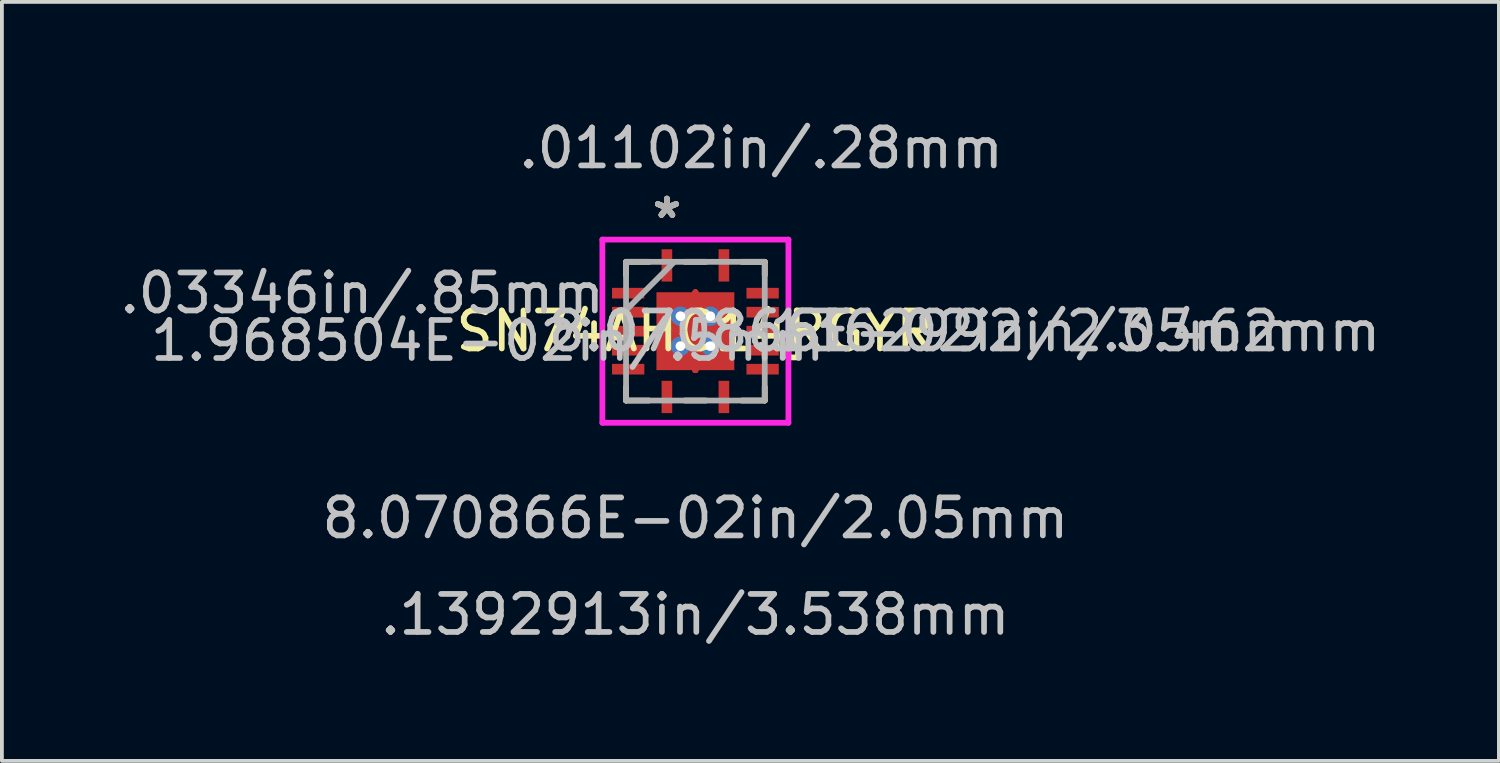
<source format=kicad_pcb>
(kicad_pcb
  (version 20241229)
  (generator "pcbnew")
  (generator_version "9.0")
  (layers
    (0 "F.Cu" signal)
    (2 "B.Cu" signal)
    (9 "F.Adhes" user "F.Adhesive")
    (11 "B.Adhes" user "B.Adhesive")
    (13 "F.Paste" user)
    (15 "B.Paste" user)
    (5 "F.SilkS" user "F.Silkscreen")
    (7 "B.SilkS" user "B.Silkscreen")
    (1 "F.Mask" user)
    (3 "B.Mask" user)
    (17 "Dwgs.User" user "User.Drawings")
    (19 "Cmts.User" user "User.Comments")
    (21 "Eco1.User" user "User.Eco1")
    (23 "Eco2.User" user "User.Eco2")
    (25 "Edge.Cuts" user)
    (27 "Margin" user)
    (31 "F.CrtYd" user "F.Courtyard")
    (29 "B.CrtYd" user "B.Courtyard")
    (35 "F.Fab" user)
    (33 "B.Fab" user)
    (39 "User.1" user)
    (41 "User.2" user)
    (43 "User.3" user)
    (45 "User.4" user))
  (footprint "SN74AHC14RGYR"
    (layer "F.Cu")
    (at 15.249 5.665)
    (property "Reference" "SN74AHC14RGYR" (at 0 0 0) (layer "F.SilkS") (effects (font (size 1 1) (thickness 0.15))))
    (attr through_hole)
    (fp_line (start 0 -1.025) (end 0 -1.025) (stroke (width 0.152) (type solid)) (layer "F.Cu"))
    (fp_line (start 0 -1.025) (end 0 -1.025) (stroke (width 0.152) (type solid)) (layer "F.Cu"))
    (fp_line (start 0 -1.025) (end 0 -1.025) (stroke (width 0.152) (type solid)) (layer "F.Cu"))
    (fp_line (start 0 -1.025) (end 0 -1.025) (stroke (width 0.152) (type solid)) (layer "F.Cu"))
    (fp_line (start 0 -1.025) (end 0 -1.025) (stroke (width 0.152) (type solid)) (layer "F.Cu"))
    (fp_line (start 0 -1.025) (end 0 -1.025) (stroke (width 0.152) (type solid)) (layer "F.Cu"))
    (fp_line (start 0 -1.025) (end 0 -1.025) (stroke (width 0.152) (type solid)) (layer "F.Cu"))
    (fp_line (start 0 -1.025) (end 0 -1.025) (stroke (width 0.152) (type solid)) (layer "F.Cu"))
    (fp_line (start 0 1.025) (end 0 1.025) (stroke (width 0.152) (type solid)) (layer "F.Cu"))
    (fp_line (start 0 1.025) (end 0 1.025) (stroke (width 0.152) (type solid)) (layer "F.Cu"))
    (fp_line (start 0 1.025) (end 0 1.025) (stroke (width 0.152) (type solid)) (layer "F.Cu"))
    (fp_line (start 0 1.025) (end 0 1.025) (stroke (width 0.152) (type solid)) (layer "F.Cu"))
    (fp_line (start 0 1.025) (end 0 1.025) (stroke (width 0.152) (type solid)) (layer "F.Cu"))
    (fp_line (start 0 1.025) (end 0 1.025) (stroke (width 0.152) (type solid)) (layer "F.Cu"))
    (fp_line (start 0 1.025) (end 0 1.025) (stroke (width 0.152) (type solid)) (layer "F.Cu"))
    (fp_line (start 0 1.025) (end 0 1.025) (stroke (width 0.152) (type solid)) (layer "F.Cu"))
    (fp_line (start -2.264 -1.21) (end -2.264 -0.79) (stroke (width 0.152) (type solid)) (layer "F.Mask"))
    (fp_line (start -2.264 -0.79) (end -1.274 -0.79) (stroke (width 0.152) (type solid)) (layer "F.Mask"))
    (fp_line (start -2.264 -0.71) (end -2.264 -0.29) (stroke (width 0.152) (type solid)) (layer "F.Mask"))
    (fp_line (start -2.264 -0.29) (end -1.274 -0.29) (stroke (width 0.152) (type solid)) (layer "F.Mask"))
    (fp_line (start -2.264 -0.21) (end -2.264 0.21) (stroke (width 0.152) (type solid)) (layer "F.Mask"))
    (fp_line (start -2.264 0.21) (end -1.274 0.21) (stroke (width 0.152) (type solid)) (layer "F.Mask"))
    (fp_line (start -2.264 0.29) (end -2.264 0.71) (stroke (width 0.152) (type solid)) (layer "F.Mask"))
    (fp_line (start -2.264 0.71) (end -1.274 0.71) (stroke (width 0.152) (type solid)) (layer "F.Mask"))
    (fp_line (start -2.264 0.79) (end -2.264 1.21) (stroke (width 0.152) (type solid)) (layer "F.Mask"))
    (fp_line (start -2.264 1.21) (end -1.274 1.21) (stroke (width 0.152) (type solid)) (layer "F.Mask"))
    (fp_line (start -1.274 -1.21) (end -2.264 -1.21) (stroke (width 0.152) (type solid)) (layer "F.Mask"))
    (fp_line (start -1.274 -0.79) (end -1.274 -1.21) (stroke (width 0.152) (type solid)) (layer "F.Mask"))
    (fp_line (start -1.274 -0.71) (end -2.264 -0.71) (stroke (width 0.152) (type solid)) (layer "F.Mask"))
    (fp_line (start -1.274 -0.29) (end -1.274 -0.71) (stroke (width 0.152) (type solid)) (layer "F.Mask"))
    (fp_line (start -1.274 -0.21) (end -2.264 -0.21) (stroke (width 0.152) (type solid)) (layer "F.Mask"))
    (fp_line (start -1.274 0.21) (end -1.274 -0.21) (stroke (width 0.152) (type solid)) (layer "F.Mask"))
    (fp_line (start -1.274 0.29) (end -2.264 0.29) (stroke (width 0.152) (type solid)) (layer "F.Mask"))
    (fp_line (start -1.274 0.71) (end -1.274 0.29) (stroke (width 0.152) (type solid)) (layer "F.Mask"))
    (fp_line (start -1.274 0.79) (end -2.264 0.79) (stroke (width 0.152) (type solid)) (layer "F.Mask"))
    (fp_line (start -1.274 1.21) (end -1.274 0.79) (stroke (width 0.152) (type solid)) (layer "F.Mask"))
    (fp_line (start -1.089 -1.089) (end -0.594 -1.089) (stroke (width 0.152) (type solid)) (layer "F.Mask"))
    (fp_line (start -1.089 -1.089) (end 1.089 -1.089) (stroke (width 0.152) (type solid)) (layer "F.Mask"))
    (fp_line (start -1.089 -0.594) (end -1.089 -1.089) (stroke (width 0.152) (type solid)) (layer "F.Mask"))
    (fp_line (start -1.089 -0.194) (end 1.089 -0.194) (stroke (width 0.152) (type solid)) (layer "F.Mask"))
    (fp_line (start -1.089 0.194) (end -1.089 -0.194) (stroke (width 0.152) (type solid)) (layer "F.Mask"))
    (fp_line (start -1.089 0.594) (end 1.089 0.594) (stroke (width 0.152) (type solid)) (layer "F.Mask"))
    (fp_line (start -1.089 1.089) (end -1.089 -1.089) (stroke (width 0.152) (type solid)) (layer "F.Mask"))
    (fp_line (start -1.089 1.089) (end -1.089 0.594) (stroke (width 0.152) (type solid)) (layer "F.Mask"))
    (fp_line (start -0.96 -2.226) (end -0.96 -1.236) (stroke (width 0.152) (type solid)) (layer "F.Mask"))
    (fp_line (start -0.96 -1.236) (end -0.54 -1.236) (stroke (width 0.152) (type solid)) (layer "F.Mask"))
    (fp_line (start -0.96 1.236) (end -0.96 2.226) (stroke (width 0.152) (type solid)) (layer "F.Mask"))
    (fp_line (start -0.96 2.226) (end -0.54 2.226) (stroke (width 0.152) (type solid)) (layer "F.Mask"))
    (fp_line (start -0.594 -1.089) (end -0.594 1.089) (stroke (width 0.152) (type solid)) (layer "F.Mask"))
    (fp_line (start -0.594 1.089) (end -1.089 1.089) (stroke (width 0.152) (type solid)) (layer "F.Mask"))
    (fp_line (start -0.54 -2.226) (end -0.96 -2.226) (stroke (width 0.152) (type solid)) (layer "F.Mask"))
    (fp_line (start -0.54 -1.236) (end -0.54 -2.226) (stroke (width 0.152) (type solid)) (layer "F.Mask"))
    (fp_line (start -0.54 1.236) (end -0.96 1.236) (stroke (width 0.152) (type solid)) (layer "F.Mask"))
    (fp_line (start -0.54 2.226) (end -0.54 1.236) (stroke (width 0.152) (type solid)) (layer "F.Mask"))
    (fp_line (start -0.194 -1.089) (end -0.194 1.089) (stroke (width 0.152) (type solid)) (layer "F.Mask"))
    (fp_line (start -0.194 1.089) (end 0.194 1.089) (stroke (width 0.152) (type solid)) (layer "F.Mask"))
    (fp_line (start 0 -1.025) (end 0 -1.025) (stroke (width 0.152) (type solid)) (layer "F.Mask"))
    (fp_line (start 0 -1.025) (end 0 -1.025) (stroke (width 0.152) (type solid)) (layer "F.Mask"))
    (fp_line (start 0 -1.025) (end 0 -1.025) (stroke (width 0.152) (type solid)) (layer "F.Mask"))
    (fp_line (start 0 -1.025) (end 0 -1.025) (stroke (width 0.152) (type solid)) (layer "F.Mask"))
    (fp_line (start 0 -1.025) (end 0 -1.025) (stroke (width 0.152) (type solid)) (layer "F.Mask"))
    (fp_line (start 0 -1.025) (end 0 -1.025) (stroke (width 0.152) (type solid)) (layer "F.Mask"))
    (fp_line (start 0 -1.025) (end 0 -1.025) (stroke (width 0.152) (type solid)) (layer "F.Mask"))
    (fp_line (start 0 -1.025) (end 0 -1.025) (stroke (width 0.152) (type solid)) (layer "F.Mask"))
    (fp_line (start 0 1.025) (end 0 1.025) (stroke (width 0.152) (type solid)) (layer "F.Mask"))
    (fp_line (start 0 1.025) (end 0 1.025) (stroke (width 0.152) (type solid)) (layer "F.Mask"))
    (fp_line (start 0 1.025) (end 0 1.025) (stroke (width 0.152) (type solid)) (layer "F.Mask"))
    (fp_line (start 0 1.025) (end 0 1.025) (stroke (width 0.152) (type solid)) (layer "F.Mask"))
    (fp_line (start 0 1.025) (end 0 1.025) (stroke (width 0.152) (type solid)) (layer "F.Mask"))
    (fp_line (start 0 1.025) (end 0 1.025) (stroke (width 0.152) (type solid)) (layer "F.Mask"))
    (fp_line (start 0 1.025) (end 0 1.025) (stroke (width 0.152) (type solid)) (layer "F.Mask"))
    (fp_line (start 0 1.025) (end 0 1.025) (stroke (width 0.152) (type solid)) (layer "F.Mask"))
    (fp_line (start 0.194 -1.089) (end -0.194 -1.089) (stroke (width 0.152) (type solid)) (layer "F.Mask"))
    (fp_line (start 0.194 1.089) (end 0.194 -1.089) (stroke (width 0.152) (type solid)) (layer "F.Mask"))
    (fp_line (start 0.54 -2.226) (end 0.54 -1.236) (stroke (width 0.152) (type solid)) (layer "F.Mask"))
    (fp_line (start 0.54 -1.236) (end 0.96 -1.236) (stroke (width 0.152) (type solid)) (layer "F.Mask"))
    (fp_line (start 0.54 1.236) (end 0.54 2.226) (stroke (width 0.152) (type solid)) (layer "F.Mask"))
    (fp_line (start 0.54 2.226) (end 0.96 2.226) (stroke (width 0.152) (type solid)) (layer "F.Mask"))
    (fp_line (start 0.594 -1.089) (end 1.089 -1.089) (stroke (width 0.152) (type solid)) (layer "F.Mask"))
    (fp_line (start 0.594 1.089) (end 0.594 -1.089) (stroke (width 0.152) (type solid)) (layer "F.Mask"))
    (fp_line (start 0.96 -2.226) (end 0.54 -2.226) (stroke (width 0.152) (type solid)) (layer "F.Mask"))
    (fp_line (start 0.96 -1.236) (end 0.96 -2.226) (stroke (width 0.152) (type solid)) (layer "F.Mask"))
    (fp_line (start 0.96 1.236) (end 0.54 1.236) (stroke (width 0.152) (type solid)) (layer "F.Mask"))
    (fp_line (start 0.96 2.226) (end 0.96 1.236) (stroke (width 0.152) (type solid)) (layer "F.Mask"))
    (fp_line (start 1.089 -1.089) (end 1.089 -0.594) (stroke (width 0.152) (type solid)) (layer "F.Mask"))
    (fp_line (start 1.089 -1.089) (end 1.089 1.089) (stroke (width 0.152) (type solid)) (layer "F.Mask"))
    (fp_line (start 1.089 -0.594) (end -1.089 -0.594) (stroke (width 0.152) (type solid)) (layer "F.Mask"))
    (fp_line (start 1.089 -0.194) (end 1.089 0.194) (stroke (width 0.152) (type solid)) (layer "F.Mask"))
    (fp_line (start 1.089 0.194) (end -1.089 0.194) (stroke (width 0.152) (type solid)) (layer "F.Mask"))
    (fp_line (start 1.089 0.594) (end 1.089 1.089) (stroke (width 0.152) (type solid)) (layer "F.Mask"))
    (fp_line (start 1.089 1.089) (end -1.089 1.089) (stroke (width 0.152) (type solid)) (layer "F.Mask"))
    (fp_line (start 1.089 1.089) (end 0.594 1.089) (stroke (width 0.152) (type solid)) (layer "F.Mask"))
    (fp_line (start 1.274 -1.21) (end 1.274 -0.79) (stroke (width 0.152) (type solid)) (layer "F.Mask"))
    (fp_line (start 1.274 -0.79) (end 2.264 -0.79) (stroke (width 0.152) (type solid)) (layer "F.Mask"))
    (fp_line (start 1.274 -0.71) (end 1.274 -0.29) (stroke (width 0.152) (type solid)) (layer "F.Mask"))
    (fp_line (start 1.274 -0.29) (end 2.264 -0.29) (stroke (width 0.152) (type solid)) (layer "F.Mask"))
    (fp_line (start 1.274 -0.21) (end 1.274 0.21) (stroke (width 0.152) (type solid)) (layer "F.Mask"))
    (fp_line (start 1.274 0.21) (end 2.264 0.21) (stroke (width 0.152) (type solid)) (layer "F.Mask"))
    (fp_line (start 1.274 0.29) (end 1.274 0.71) (stroke (width 0.152) (type solid)) (layer "F.Mask"))
    (fp_line (start 1.274 0.71) (end 2.264 0.71) (stroke (width 0.152) (type solid)) (layer "F.Mask"))
    (fp_line (start 1.274 0.79) (end 1.274 1.21) (stroke (width 0.152) (type solid)) (layer "F.Mask"))
    (fp_line (start 1.274 1.21) (end 2.264 1.21) (stroke (width 0.152) (type solid)) (layer "F.Mask"))
    (fp_line (start 2.264 -1.21) (end 1.274 -1.21) (stroke (width 0.152) (type solid)) (layer "F.Mask"))
    (fp_line (start 2.264 -0.79) (end 2.264 -1.21) (stroke (width 0.152) (type solid)) (layer "F.Mask"))
    (fp_line (start 2.264 -0.71) (end 1.274 -0.71) (stroke (width 0.152) (type solid)) (layer "F.Mask"))
    (fp_line (start 2.264 -0.29) (end 2.264 -0.71) (stroke (width 0.152) (type solid)) (layer "F.Mask"))
    (fp_line (start 2.264 -0.21) (end 1.274 -0.21) (stroke (width 0.152) (type solid)) (layer "F.Mask"))
    (fp_line (start 2.264 0.21) (end 2.264 -0.21) (stroke (width 0.152) (type solid)) (layer "F.Mask"))
    (fp_line (start 2.264 0.29) (end 1.274 0.29) (stroke (width 0.152) (type solid)) (layer "F.Mask"))
    (fp_line (start 2.264 0.71) (end 2.264 0.29) (stroke (width 0.152) (type solid)) (layer "F.Mask"))
    (fp_line (start 2.264 0.79) (end 1.274 0.79) (stroke (width 0.152) (type solid)) (layer "F.Mask"))
    (fp_line (start 2.264 1.21) (end 2.264 0.79) (stroke (width 0.152) (type solid)) (layer "F.Mask"))
    (fp_line (start -1.825 -1.825) (end -1.825 -1.473) (stroke (width 0.152) (type solid)) (layer "F.SilkS"))
    (fp_line (start -1.825 1.473) (end -1.825 1.825) (stroke (width 0.152) (type solid)) (layer "F.SilkS"))
    (fp_line (start -1.825 1.825) (end -1.223 1.825) (stroke (width 0.152) (type solid)) (layer "F.SilkS"))
    (fp_line (start -1.223 -1.825) (end -1.825 -1.825) (stroke (width 0.152) (type solid)) (layer "F.SilkS"))
    (fp_line (start -0.277 1.825) (end 0.277 1.825) (stroke (width 0.152) (type solid)) (layer "F.SilkS"))
    (fp_line (start 0.277 -1.825) (end -0.277 -1.825) (stroke (width 0.152) (type solid)) (layer "F.SilkS"))
    (fp_line (start 1.223 1.825) (end 1.825 1.825) (stroke (width 0.152) (type solid)) (layer "F.SilkS"))
    (fp_line (start 1.825 -1.825) (end 1.223 -1.825) (stroke (width 0.152) (type solid)) (layer "F.SilkS"))
    (fp_line (start 1.825 -1.473) (end 1.825 -1.825) (stroke (width 0.152) (type solid)) (layer "F.SilkS"))
    (fp_line (start 1.825 1.825) (end 1.825 1.473) (stroke (width 0.152) (type solid)) (layer "F.SilkS"))
    (fp_line (start 2.448 0.309) (end 2.702 0.309) (stroke (width 0.152) (type solid)) (layer "F.SilkS"))
    (fp_line (start 2.448 0.69) (end 2.448 0.309) (stroke (width 0.152) (type solid)) (layer "F.SilkS"))
    (fp_line (start 2.702 0.309) (end 2.702 0.69) (stroke (width 0.152) (type solid)) (layer "F.SilkS"))
    (fp_line (start 2.702 0.69) (end 2.448 0.69) (stroke (width 0.152) (type solid)) (layer "F.SilkS"))
    (fp_line (start -2.143 -1.089) (end -2.143 -0.911) (stroke (width 0.152) (type solid)) (layer "F.Paste"))
    (fp_line (start -2.143 -0.911) (end -1.395 -0.911) (stroke (width 0.152) (type solid)) (layer "F.Paste"))
    (fp_line (start -2.143 -0.589) (end -2.143 -0.411) (stroke (width 0.152) (type solid)) (layer "F.Paste"))
    (fp_line (start -2.143 -0.411) (end -1.395 -0.411) (stroke (width 0.152) (type solid)) (layer "F.Paste"))
    (fp_line (start -2.143 -0.089) (end -2.143 0.089) (stroke (width 0.152) (type solid)) (layer "F.Paste"))
    (fp_line (start -2.143 0.089) (end -1.395 0.089) (stroke (width 0.152) (type solid)) (layer "F.Paste"))
    (fp_line (start -2.143 0.411) (end -2.143 0.589) (stroke (width 0.152) (type solid)) (layer "F.Paste"))
    (fp_line (start -2.143 0.589) (end -1.395 0.589) (stroke (width 0.152) (type solid)) (layer "F.Paste"))
    (fp_line (start -2.143 0.911) (end -2.143 1.089) (stroke (width 0.152) (type solid)) (layer "F.Paste"))
    (fp_line (start -2.143 1.089) (end -1.395 1.089) (stroke (width 0.152) (type solid)) (layer "F.Paste"))
    (fp_line (start -1.395 -1.089) (end -2.143 -1.089) (stroke (width 0.152) (type solid)) (layer "F.Paste"))
    (fp_line (start -1.395 -0.911) (end -1.395 -1.089) (stroke (width 0.152) (type solid)) (layer "F.Paste"))
    (fp_line (start -1.395 -0.589) (end -2.143 -0.589) (stroke (width 0.152) (type solid)) (layer "F.Paste"))
    (fp_line (start -1.395 -0.411) (end -1.395 -0.589) (stroke (width 0.152) (type solid)) (layer "F.Paste"))
    (fp_line (start -1.395 -0.089) (end -2.143 -0.089) (stroke (width 0.152) (type solid)) (layer "F.Paste"))
    (fp_line (start -1.395 0.089) (end -1.395 -0.089) (stroke (width 0.152) (type solid)) (layer "F.Paste"))
    (fp_line (start -1.395 0.411) (end -2.143 0.411) (stroke (width 0.152) (type solid)) (layer "F.Paste"))
    (fp_line (start -1.395 0.589) (end -1.395 0.411) (stroke (width 0.152) (type solid)) (layer "F.Paste"))
    (fp_line (start -1.395 0.911) (end -2.143 0.911) (stroke (width 0.152) (type solid)) (layer "F.Paste"))
    (fp_line (start -1.395 1.089) (end -1.395 0.911) (stroke (width 0.152) (type solid)) (layer "F.Paste"))
    (fp_line (start -0.95 -0.95) (end -0.95 -0.494) (stroke (width 0.152) (type solid)) (layer "F.Paste"))
    (fp_line (start -0.95 -0.494) (end -0.635 -0.494) (stroke (width 0.152) (type solid)) (layer "F.Paste"))
    (fp_line (start -0.95 -0.294) (end -0.95 0.294) (stroke (width 0.152) (type solid)) (layer "F.Paste"))
    (fp_line (start -0.95 0.294) (end -0.635 0.294) (stroke (width 0.152) (type solid)) (layer "F.Paste"))
    (fp_line (start -0.95 0.494) (end -0.95 0.95) (stroke (width 0.152) (type solid)) (layer "F.Paste"))
    (fp_line (start -0.95 0.95) (end -0.494 0.95) (stroke (width 0.152) (type solid)) (layer "F.Paste"))
    (fp_line (start -0.839 -2.105) (end -0.839 -1.357) (stroke (width 0.152) (type solid)) (layer "F.Paste"))
    (fp_line (start -0.839 -1.357) (end -0.661 -1.357) (stroke (width 0.152) (type solid)) (layer "F.Paste"))
    (fp_line (start -0.839 1.357) (end -0.839 2.105) (stroke (width 0.152) (type solid)) (layer "F.Paste"))
    (fp_line (start -0.839 2.105) (end -0.661 2.105) (stroke (width 0.152) (type solid)) (layer "F.Paste"))
    (fp_line (start -0.661 -2.105) (end -0.839 -2.105) (stroke (width 0.152) (type solid)) (layer "F.Paste"))
    (fp_line (start -0.661 -1.357) (end -0.661 -2.105) (stroke (width 0.152) (type solid)) (layer "F.Paste"))
    (fp_line (start -0.661 1.357) (end -0.839 1.357) (stroke (width 0.152) (type solid)) (layer "F.Paste"))
    (fp_line (start -0.661 2.105) (end -0.661 1.357) (stroke (width 0.152) (type solid)) (layer "F.Paste"))
    (fp_line (start -0.635 -0.494) (end -0.635 -0.494) (stroke (width 0.152) (type solid)) (layer "F.Paste"))
    (fp_line (start -0.635 -0.494) (end -0.494 -0.635) (stroke (width 0.152) (type solid)) (layer "F.Paste"))
    (fp_line (start -0.635 -0.294) (end -0.95 -0.294) (stroke (width 0.152) (type solid)) (layer "F.Paste"))
    (fp_line (start -0.635 -0.294) (end -0.635 -0.294) (stroke (width 0.152) (type solid)) (layer "F.Paste"))
    (fp_line (start -0.635 0.294) (end -0.635 0.294) (stroke (width 0.152) (type solid)) (layer "F.Paste"))
    (fp_line (start -0.635 0.294) (end -0.494 0.152) (stroke (width 0.152) (type solid)) (layer "F.Paste"))
    (fp_line (start -0.635 0.494) (end -0.95 0.494) (stroke (width 0.152) (type solid)) (layer "F.Paste"))
    (fp_line (start -0.635 0.494) (end -0.635 0.494) (stroke (width 0.152) (type solid)) (layer "F.Paste"))
    (fp_line (start -0.494 -0.95) (end -0.95 -0.95) (stroke (width 0.152) (type solid)) (layer "F.Paste"))
    (fp_line (start -0.494 -0.635) (end -0.494 -0.95) (stroke (width 0.152) (type solid)) (layer "F.Paste"))
    (fp_line (start -0.494 -0.635) (end -0.494 -0.635) (stroke (width 0.152) (type solid)) (layer "F.Paste"))
    (fp_line (start -0.494 -0.152) (end -0.635 -0.294) (stroke (width 0.152) (type solid)) (layer "F.Paste"))
    (fp_line (start -0.494 -0.152) (end -0.494 -0.152) (stroke (width 0.152) (type solid)) (layer "F.Paste"))
    (fp_line (start -0.494 0.152) (end -0.494 -0.152) (stroke (width 0.152) (type solid)) (layer "F.Paste"))
    (fp_line (start -0.494 0.152) (end -0.494 0.152) (stroke (width 0.152) (type solid)) (layer "F.Paste"))
    (fp_line (start -0.494 0.635) (end -0.635 0.494) (stroke (width 0.152) (type solid)) (layer "F.Paste"))
    (fp_line (start -0.494 0.635) (end -0.494 0.635) (stroke (width 0.152) (type solid)) (layer "F.Paste"))
    (fp_line (start -0.494 0.95) (end -0.494 0.635) (stroke (width 0.152) (type solid)) (layer "F.Paste"))
    (fp_line (start -0.294 -0.95) (end -0.294 -0.635) (stroke (width 0.152) (type solid)) (layer "F.Paste"))
    (fp_line (start -0.294 -0.635) (end -0.294 -0.635) (stroke (width 0.152) (type solid)) (layer "F.Paste"))
    (fp_line (start -0.294 -0.635) (end -0.152 -0.494) (stroke (width 0.152) (type solid)) (layer "F.Paste"))
    (fp_line (start -0.294 -0.152) (end -0.294 -0.152) (stroke (width 0.152) (type solid)) (layer "F.Paste"))
    (fp_line (start -0.294 -0.152) (end -0.294 0.152) (stroke (width 0.152) (type solid)) (layer "F.Paste"))
    (fp_line (start -0.294 0.152) (end -0.294 0.152) (stroke (width 0.152) (type solid)) (layer "F.Paste"))
    (fp_line (start -0.294 0.152) (end -0.152 0.294) (stroke (width 0.152) (type solid)) (layer "F.Paste"))
    (fp_line (start -0.294 0.635) (end -0.294 0.635) (stroke (width 0.152) (type solid)) (layer "F.Paste"))
    (fp_line (start -0.294 0.635) (end -0.294 0.95) (stroke (width 0.152) (type solid)) (layer "F.Paste"))
    (fp_line (start -0.294 0.95) (end 0.294 0.95) (stroke (width 0.152) (type solid)) (layer "F.Paste"))
    (fp_line (start -0.152 -0.494) (end -0.152 -0.494) (stroke (width 0.152) (type solid)) (layer "F.Paste"))
    (fp_line (start -0.152 -0.494) (end 0.152 -0.494) (stroke (width 0.152) (type solid)) (layer "F.Paste"))
    (fp_line (start -0.152 -0.294) (end -0.294 -0.152) (stroke (width 0.152) (type solid)) (layer "F.Paste"))
    (fp_line (start -0.152 -0.294) (end -0.152 -0.294) (stroke (width 0.152) (type solid)) (layer "F.Paste"))
    (fp_line (start -0.152 0.294) (end -0.152 0.294) (stroke (width 0.152) (type solid)) (layer "F.Paste"))
    (fp_line (start -0.152 0.294) (end 0.152 0.294) (stroke (width 0.152) (type solid)) (layer "F.Paste"))
    (fp_line (start -0.152 0.494) (end -0.294 0.635) (stroke (width 0.152) (type solid)) (layer "F.Paste"))
    (fp_line (start -0.152 0.494) (end -0.152 0.494) (stroke (width 0.152) (type solid)) (layer "F.Paste"))
    (fp_line (start 0 -1.025) (end 0 -1.025) (stroke (width 0.152) (type solid)) (layer "F.Paste"))
    (fp_line (start 0 -1.025) (end 0 -1.025) (stroke (width 0.152) (type solid)) (layer "F.Paste"))
    (fp_line (start 0 -1.025) (end 0 -1.025) (stroke (width 0.152) (type solid)) (layer "F.Paste"))
    (fp_line (start 0 -1.025) (end 0 -1.025) (stroke (width 0.152) (type solid)) (layer "F.Paste"))
    (fp_line (start 0 -1.025) (end 0 -1.025) (stroke (width 0.152) (type solid)) (layer "F.Paste"))
    (fp_line (start 0 -1.025) (end 0 -1.025) (stroke (width 0.152) (type solid)) (layer "F.Paste"))
    (fp_line (start 0 -1.025) (end 0 -1.025) (stroke (width 0.152) (type solid)) (layer "F.Paste"))
    (fp_line (start 0 -1.025) (end 0 -1.025) (stroke (width 0.152) (type solid)) (layer "F.Paste"))
    (fp_line (start 0 1.025) (end 0 1.025) (stroke (width 0.152) (type solid)) (layer "F.Paste"))
    (fp_line (start 0 1.025) (end 0 1.025) (stroke (width 0.152) (type solid)) (layer "F.Paste"))
    (fp_line (start 0 1.025) (end 0 1.025) (stroke (width 0.152) (type solid)) (layer "F.Paste"))
    (fp_line (start 0 1.025) (end 0 1.025) (stroke (width 0.152) (type solid)) (layer "F.Paste"))
    (fp_line (start 0 1.025) (end 0 1.025) (stroke (width 0.152) (type solid)) (layer "F.Paste"))
    (fp_line (start 0 1.025) (end 0 1.025) (stroke (width 0.152) (type solid)) (layer "F.Paste"))
    (fp_line (start 0 1.025) (end 0 1.025) (stroke (width 0.152) (type solid)) (layer "F.Paste"))
    (fp_line (start 0 1.025) (end 0 1.025) (stroke (width 0.152) (type solid)) (layer "F.Paste"))
    (fp_line (start 0.152 -0.494) (end 0.152 -0.494) (stroke (width 0.152) (type solid)) (layer "F.Paste"))
    (fp_line (start 0.152 -0.494) (end 0.294 -0.635) (stroke (width 0.152) (type solid)) (layer "F.Paste"))
    (fp_line (start 0.152 -0.294) (end -0.152 -0.294) (stroke (width 0.152) (type solid)) (layer "F.Paste"))
    (fp_line (start 0.152 -0.294) (end 0.152 -0.294) (stroke (width 0.152) (type solid)) (layer "F.Paste"))
    (fp_line (start 0.152 0.294) (end 0.152 0.294) (stroke (width 0.152) (type solid)) (layer "F.Paste"))
    (fp_line (start 0.152 0.294) (end 0.294 0.152) (stroke (width 0.152) (type solid)) (layer "F.Paste"))
    (fp_line (start 0.152 0.494) (end -0.152 0.494) (stroke (width 0.152) (type solid)) (layer "F.Paste"))
    (fp_line (start 0.152 0.494) (end 0.152 0.494) (stroke (width 0.152) (type solid)) (layer "F.Paste"))
    (fp_line (start 0.294 -0.95) (end -0.294 -0.95) (stroke (width 0.152) (type solid)) (layer "F.Paste"))
    (fp_line (start 0.294 -0.635) (end 0.294 -0.95) (stroke (width 0.152) (type solid)) (layer "F.Paste"))
    (fp_line (start 0.294 -0.635) (end 0.294 -0.635) (stroke (width 0.152) (type solid)) (layer "F.Paste"))
    (fp_line (start 0.294 -0.152) (end 0.152 -0.294) (stroke (width 0.152) (type solid)) (layer "F.Paste"))
    (fp_line (start 0.294 -0.152) (end 0.294 -0.152) (stroke (width 0.152) (type solid)) (layer "F.Paste"))
    (fp_line (start 0.294 0.152) (end 0.294 -0.152) (stroke (width 0.152) (type solid)) (layer "F.Paste"))
    (fp_line (start 0.294 0.152) (end 0.294 0.152) (stroke (width 0.152) (type solid)) (layer "F.Paste"))
    (fp_line (start 0.294 0.635) (end 0.152 0.494) (stroke (width 0.152) (type solid)) (layer "F.Paste"))
    (fp_line (start 0.294 0.635) (end 0.294 0.635) (stroke (width 0.152) (type solid)) (layer "F.Paste"))
    (fp_line (start 0.294 0.95) (end 0.294 0.635) (stroke (width 0.152) (type solid)) (layer "F.Paste"))
    (fp_line (start 0.494 -0.95) (end 0.494 -0.635) (stroke (width 0.152) (type solid)) (layer "F.Paste"))
    (fp_line (start 0.494 -0.635) (end 0.494 -0.635) (stroke (width 0.152) (type solid)) (layer "F.Paste"))
    (fp_line (start 0.494 -0.635) (end 0.635 -0.494) (stroke (width 0.152) (type solid)) (layer "F.Paste"))
    (fp_line (start 0.494 -0.152) (end 0.494 -0.152) (stroke (width 0.152) (type solid)) (layer "F.Paste"))
    (fp_line (start 0.494 -0.152) (end 0.494 0.152) (stroke (width 0.152) (type solid)) (layer "F.Paste"))
    (fp_line (start 0.494 0.152) (end 0.494 0.152) (stroke (width 0.152) (type solid)) (layer "F.Paste"))
    (fp_line (start 0.494 0.152) (end 0.635 0.294) (stroke (width 0.152) (type solid)) (layer "F.Paste"))
    (fp_line (start 0.494 0.635) (end 0.494 0.635) (stroke (width 0.152) (type solid)) (layer "F.Paste"))
    (fp_line (start 0.494 0.635) (end 0.494 0.95) (stroke (width 0.152) (type solid)) (layer "F.Paste"))
    (fp_line (start 0.494 0.95) (end 0.95 0.95) (stroke (width 0.152) (type solid)) (layer "F.Paste"))
    (fp_line (start 0.635 -0.494) (end 0.635 -0.494) (stroke (width 0.152) (type solid)) (layer "F.Paste"))
    (fp_line (start 0.635 -0.494) (end 0.95 -0.494) (stroke (width 0.152) (type solid)) (layer "F.Paste"))
    (fp_line (start 0.635 -0.294) (end 0.494 -0.152) (stroke (width 0.152) (type solid)) (layer "F.Paste"))
    (fp_line (start 0.635 -0.294) (end 0.635 -0.294) (stroke (width 0.152) (type solid)) (layer "F.Paste"))
    (fp_line (start 0.635 0.294) (end 0.635 0.294) (stroke (width 0.152) (type solid)) (layer "F.Paste"))
    (fp_line (start 0.635 0.294) (end 0.95 0.294) (stroke (width 0.152) (type solid)) (layer "F.Paste"))
    (fp_line (start 0.635 0.494) (end 0.494 0.635) (stroke (width 0.152) (type solid)) (layer "F.Paste"))
    (fp_line (start 0.635 0.494) (end 0.635 0.494) (stroke (width 0.152) (type solid)) (layer "F.Paste"))
    (fp_line (start 0.661 -2.105) (end 0.661 -1.357) (stroke (width 0.152) (type solid)) (layer "F.Paste"))
    (fp_line (start 0.661 -1.357) (end 0.839 -1.357) (stroke (width 0.152) (type solid)) (layer "F.Paste"))
    (fp_line (start 0.661 1.357) (end 0.661 2.105) (stroke (width 0.152) (type solid)) (layer "F.Paste"))
    (fp_line (start 0.661 2.105) (end 0.839 2.105) (stroke (width 0.152) (type solid)) (layer "F.Paste"))
    (fp_line (start 0.839 -2.105) (end 0.661 -2.105) (stroke (width 0.152) (type solid)) (layer "F.Paste"))
    (fp_line (start 0.839 -1.357) (end 0.839 -2.105) (stroke (width 0.152) (type solid)) (layer "F.Paste"))
    (fp_line (start 0.839 1.357) (end 0.661 1.357) (stroke (width 0.152) (type solid)) (layer "F.Paste"))
    (fp_line (start 0.839 2.105) (end 0.839 1.357) (stroke (width 0.152) (type solid)) (layer "F.Paste"))
    (fp_line (start 0.95 -0.95) (end 0.494 -0.95) (stroke (width 0.152) (type solid)) (layer "F.Paste"))
    (fp_line (start 0.95 -0.494) (end 0.95 -0.95) (stroke (width 0.152) (type solid)) (layer "F.Paste"))
    (fp_line (start 0.95 -0.294) (end 0.635 -0.294) (stroke (width 0.152) (type solid)) (layer "F.Paste"))
    (fp_line (start 0.95 0.294) (end 0.95 -0.294) (stroke (width 0.152) (type solid)) (layer "F.Paste"))
    (fp_line (start 0.95 0.494) (end 0.635 0.494) (stroke (width 0.152) (type solid)) (layer "F.Paste"))
    (fp_line (start 0.95 0.95) (end 0.95 0.494) (stroke (width 0.152) (type solid)) (layer "F.Paste"))
    (fp_line (start 1.395 -1.089) (end 1.395 -0.911) (stroke (width 0.152) (type solid)) (layer "F.Paste"))
    (fp_line (start 1.395 -0.911) (end 2.143 -0.911) (stroke (width 0.152) (type solid)) (layer "F.Paste"))
    (fp_line (start 1.395 -0.589) (end 1.395 -0.411) (stroke (width 0.152) (type solid)) (layer "F.Paste"))
    (fp_line (start 1.395 -0.411) (end 2.143 -0.411) (stroke (width 0.152) (type solid)) (layer "F.Paste"))
    (fp_line (start 1.395 -0.089) (end 1.395 0.089) (stroke (width 0.152) (type solid)) (layer "F.Paste"))
    (fp_line (start 1.395 0.089) (end 2.143 0.089) (stroke (width 0.152) (type solid)) (layer "F.Paste"))
    (fp_line (start 1.395 0.411) (end 1.395 0.589) (stroke (width 0.152) (type solid)) (layer "F.Paste"))
    (fp_line (start 1.395 0.589) (end 2.143 0.589) (stroke (width 0.152) (type solid)) (layer "F.Paste"))
    (fp_line (start 1.395 0.911) (end 1.395 1.089) (stroke (width 0.152) (type solid)) (layer "F.Paste"))
    (fp_line (start 1.395 1.089) (end 2.143 1.089) (stroke (width 0.152) (type solid)) (layer "F.Paste"))
    (fp_line (start 2.143 -1.089) (end 1.395 -1.089) (stroke (width 0.152) (type solid)) (layer "F.Paste"))
    (fp_line (start 2.143 -0.911) (end 2.143 -1.089) (stroke (width 0.152) (type solid)) (layer "F.Paste"))
    (fp_line (start 2.143 -0.589) (end 1.395 -0.589) (stroke (width 0.152) (type solid)) (layer "F.Paste"))
    (fp_line (start 2.143 -0.411) (end 2.143 -0.589) (stroke (width 0.152) (type solid)) (layer "F.Paste"))
    (fp_line (start 2.143 -0.089) (end 1.395 -0.089) (stroke (width 0.152) (type solid)) (layer "F.Paste"))
    (fp_line (start 2.143 0.089) (end 2.143 -0.089) (stroke (width 0.152) (type solid)) (layer "F.Paste"))
    (fp_line (start 2.143 0.411) (end 1.395 0.411) (stroke (width 0.152) (type solid)) (layer "F.Paste"))
    (fp_line (start 2.143 0.589) (end 2.143 0.411) (stroke (width 0.152) (type solid)) (layer "F.Paste"))
    (fp_line (start 2.143 0.911) (end 1.395 0.911) (stroke (width 0.152) (type solid)) (layer "F.Paste"))
    (fp_line (start 2.143 1.089) (end 2.143 0.911) (stroke (width 0.152) (type solid)) (layer "F.Paste"))
    (fp_line (start -2.448 -2.41) (end 2.448 -2.41) (stroke (width 0.152) (type solid)) (layer "F.CrtYd"))
    (fp_line (start -2.448 2.41) (end -2.448 -2.41) (stroke (width 0.152) (type solid)) (layer "F.CrtYd"))
    (fp_line (start 2.448 -2.41) (end 2.448 2.41) (stroke (width 0.152) (type solid)) (layer "F.CrtYd"))
    (fp_line (start 2.448 2.41) (end -2.448 2.41) (stroke (width 0.152) (type solid)) (layer "F.CrtYd"))
    (fp_line (start -1.825 -1.825) (end -1.825 1.825) (stroke (width 0.152) (type solid)) (layer "F.Fab"))
    (fp_line (start -1.825 -0.555) (end -0.555 -1.825) (stroke (width 0.152) (type solid)) (layer "F.Fab"))
    (fp_line (start -1.825 1.825) (end 1.825 1.825) (stroke (width 0.152) (type solid)) (layer "F.Fab"))
    (fp_line (start 1.825 -1.825) (end -1.825 -1.825) (stroke (width 0.152) (type solid)) (layer "F.Fab"))
    (fp_line (start 1.825 1.825) (end 1.825 -1.825) (stroke (width 0.152) (type solid)) (layer "F.Fab"))
    (fp_text user "*" (at -0.75 -2.943 0) (layer "F.SilkS") (effects (font (size 1 1) (thickness 0.15))))
    (fp_text user "*" (at -0.75 -2.943 0) (layer "F.SilkS") (effects (font (size 1 1) (thickness 0.15))))
    (fp_text user ".1362992in/3.462mm" (at 9.757 0 0) (layer "Dwgs.User") (effects (font (size 1 1) (thickness 0.15))))
    (fp_text user ".1392913in/3.538mm" (at 0 7.459 0) (layer "Dwgs.User") (effects (font (size 1 1) (thickness 0.15))))
    (fp_text user ".01102in/.28mm" (at 1.731 -4.817 0) (layer "Dwgs.User") (effects (font (size 1 1) (thickness 0.15))))
    (fp_text user "8.070866E-02in/2.05mm" (at 5.947 0 0) (layer "Dwgs.User") (effects (font (size 1 1) (thickness 0.15))))
    (fp_text user "1.968504E-02in/.5mm" (at -5.465 0.25 0) (layer "Dwgs.User") (effects (font (size 1 1) (thickness 0.15))))
    (fp_text user "8.070866E-02in/2.05mm" (at 0 4.919 0) (layer "Dwgs.User") (effects (font (size 1 1) (thickness 0.15))))
    (fp_text user ".03346in/.85mm" (at -8.767 -1 0) (layer "Dwgs.User") (effects (font (size 1 1) (thickness 0.15))))
    (fp_text user "Copyright 2016 Accelerated Designs. All rights reserved." (at 0 0 0) (layer "Cmts.User") (effects (font (size 0.127 0.127) (thickness 0.002))))
    (fp_text user "*" (at -0.75 -2.943 0) (layer "F.Fab") (effects (font (size 1 1) (thickness 0.15))))
    (fp_text user "*" (at -0.75 -2.943 0) (layer "F.Fab") (effects (font (size 1 1) (thickness 0.15))))
    (pad "1" smd rect (at -0.75 -1.731) (size 0.28 0.85) (layers "F.Cu" "F.Mask" "F.Paste"))
    (pad "2" smd rect (at -1.769 -1 90) (size 0.28 0.85) (layers "F.Cu" "F.Mask" "F.Paste"))
    (pad "3" smd rect (at -1.769 -0.5 90) (size 0.28 0.85) (layers "F.Cu" "F.Mask" "F.Paste"))
    (pad "4" smd rect (at -1.769 0 90) (size 0.28 0.85) (layers "F.Cu" "F.Mask" "F.Paste"))
    (pad "5" smd rect (at -1.769 0.5 90) (size 0.28 0.85) (layers "F.Cu" "F.Mask" "F.Paste"))
    (pad "6" smd rect (at -1.769 1 90) (size 0.28 0.85) (layers "F.Cu" "F.Mask" "F.Paste"))
    (pad "7" smd rect (at -0.75 1.731) (size 0.28 0.85) (layers "F.Cu" "F.Mask" "F.Paste"))
    (pad "8" smd rect (at 0.75 1.731) (size 0.28 0.85) (layers "F.Cu" "F.Mask" "F.Paste"))
    (pad "9" smd rect (at 1.769 1 90) (size 0.28 0.85) (layers "F.Cu" "F.Mask" "F.Paste"))
    (pad "10" smd rect (at 1.769 0.5 90) (size 0.28 0.85) (layers "F.Cu" "F.Mask" "F.Paste"))
    (pad "11" smd rect (at 1.769 0 90) (size 0.28 0.85) (layers "F.Cu" "F.Mask" "F.Paste"))
    (pad "12" smd rect (at 1.769 -0.5 90) (size 0.28 0.85) (layers "F.Cu" "F.Mask" "F.Paste"))
    (pad "13" smd rect (at 1.769 -1 90) (size 0.28 0.85) (layers "F.Cu" "F.Mask" "F.Paste"))
    (pad "14" smd rect (at 0.75 -1.731) (size 0.28 0.85) (layers "F.Cu" "F.Mask" "F.Paste"))
    (pad "15" smd rect (at 0 0) (size 2.05 2.05) (layers "F.Cu" "F.Mask" "F.Paste"))
    (pad "V" thru_hole circle (at -0.394 -0.394) (size 0.508 0.508) (drill 0.254) (layers "*.Cu" "*.Mask"))
    (pad "V" thru_hole circle (at -0.394 0.394) (size 0.508 0.508) (drill 0.254) (layers "*.Cu" "*.Mask"))
    (pad "V" thru_hole circle (at 0.394 -0.394) (size 0.508 0.508) (drill 0.254) (layers "*.Cu" "*.Mask"))
    (pad "V" thru_hole circle (at 0.394 0.394) (size 0.508 0.508) (drill 0.254) (layers "*.Cu" "*.Mask")))
  (gr_rect
    (start -3 -3)
    (end 36.393 16.972)
    (stroke (width 0.1) (type default))
    (fill no)
    (layer "Edge.Cuts")))
</source>
